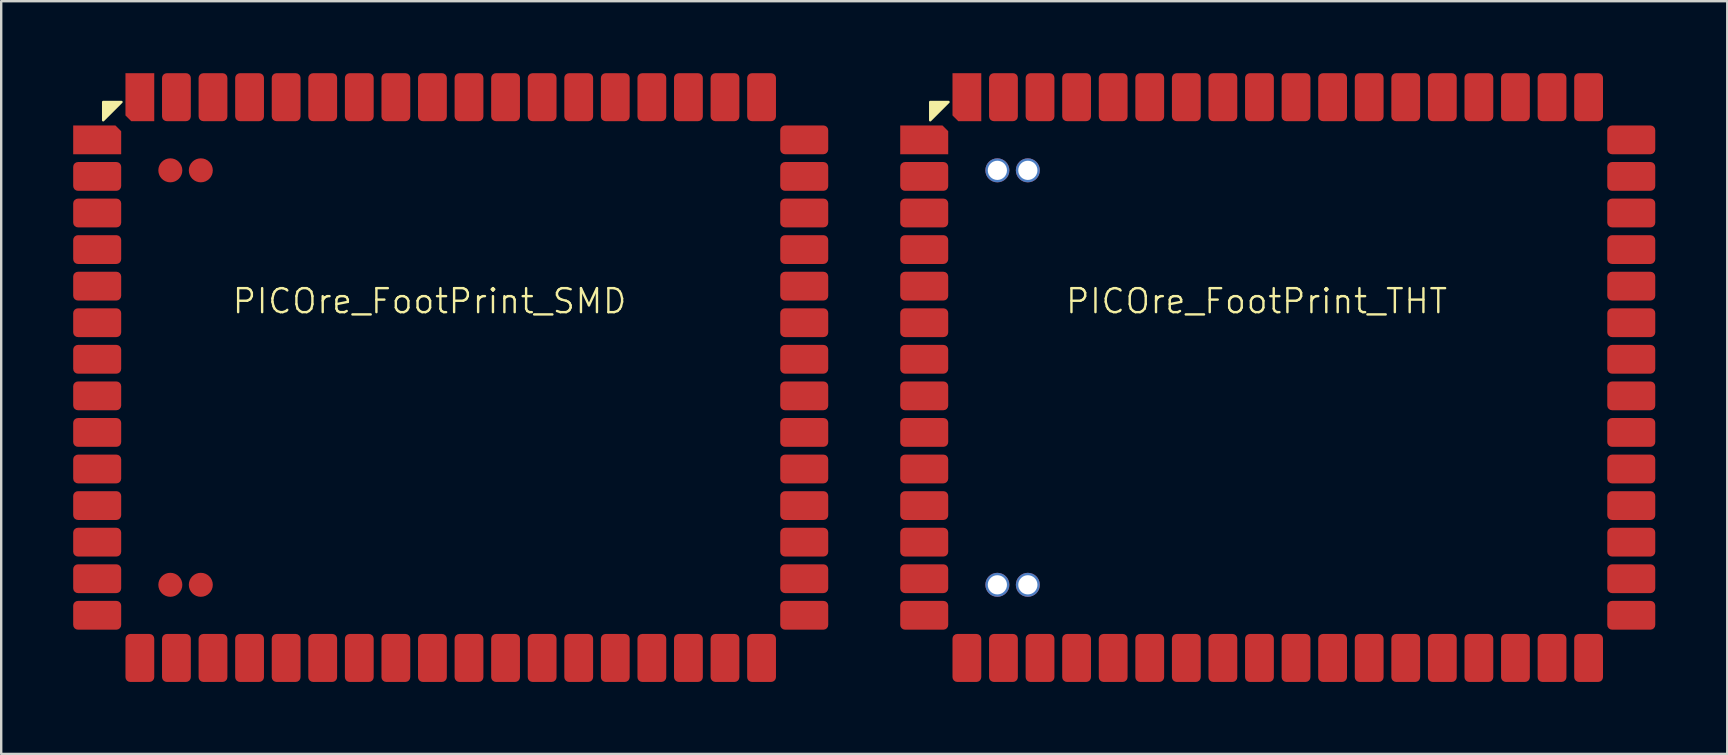
<source format=kicad_pcb>
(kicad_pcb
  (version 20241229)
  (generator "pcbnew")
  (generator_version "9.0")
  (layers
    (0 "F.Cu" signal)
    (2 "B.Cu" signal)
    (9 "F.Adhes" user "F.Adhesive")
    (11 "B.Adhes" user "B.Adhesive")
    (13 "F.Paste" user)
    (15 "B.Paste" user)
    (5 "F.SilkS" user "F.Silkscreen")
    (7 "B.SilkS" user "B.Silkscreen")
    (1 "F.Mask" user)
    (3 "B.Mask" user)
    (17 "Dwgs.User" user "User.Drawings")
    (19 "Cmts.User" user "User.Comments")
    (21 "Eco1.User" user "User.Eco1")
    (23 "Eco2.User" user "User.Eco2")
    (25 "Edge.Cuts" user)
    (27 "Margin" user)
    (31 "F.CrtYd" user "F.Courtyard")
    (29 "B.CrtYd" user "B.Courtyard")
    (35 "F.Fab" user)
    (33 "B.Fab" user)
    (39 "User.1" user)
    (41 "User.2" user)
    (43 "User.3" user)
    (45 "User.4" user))
  (footprint "PICOre_FootPrint_THT"
    (layer "F.Cu")
    (at 50.196 12.684)
    (property "Reference" "PICOre_FootPrint_THT" (at -0.882 -3.184 0) (unlocked yes) (layer "F.SilkS") (effects (font (size 1 1) (thickness 0.1))))
    (attr smd)
    (fp_poly (pts (xy -14.482 -11.484) (xy -13.72 -11.484) (xy -14.482 -10.722)) (stroke (width 0.1) (type solid)) (fill yes) (layer "F.SilkS"))
    (pad "1" smd roundrect (at -12.954 -11.684 180) (size 1.2 2) (layers "F.Cu" "F.Mask" "F.Paste") (roundrect_rratio 0) (chamfer_ratio 0.2) (chamfer top_right))
    (pad "2" smd roundrect (at -11.43 -11.684) (size 1.2 2) (layers "F.Cu" "F.Mask" "F.Paste") (roundrect_rratio 0.167))
    (pad "3" smd roundrect (at -9.906 -11.684) (size 1.2 2) (layers "F.Cu" "F.Mask" "F.Paste") (roundrect_rratio 0.167))
    (pad "4" smd roundrect (at -8.382 -11.684) (size 1.2 2) (layers "F.Cu" "F.Mask" "F.Paste") (roundrect_rratio 0.167))
    (pad "5" smd roundrect (at -6.858 -11.684) (size 1.2 2) (layers "F.Cu" "F.Mask" "F.Paste") (roundrect_rratio 0.167))
    (pad "6" smd roundrect (at -5.334 -11.684) (size 1.2 2) (layers "F.Cu" "F.Mask" "F.Paste") (roundrect_rratio 0.167))
    (pad "7" smd roundrect (at -3.81 -11.684) (size 1.2 2) (layers "F.Cu" "F.Mask" "F.Paste") (roundrect_rratio 0.167))
    (pad "8" smd roundrect (at -2.286 -11.684) (size 1.2 2) (layers "F.Cu" "F.Mask" "F.Paste") (roundrect_rratio 0.167))
    (pad "9" smd roundrect (at -0.762 -11.684) (size 1.2 2) (layers "F.Cu" "F.Mask" "F.Paste") (roundrect_rratio 0.167))
    (pad "10" smd roundrect (at 0.762 -11.684) (size 1.2 2) (layers "F.Cu" "F.Mask" "F.Paste") (roundrect_rratio 0.167))
    (pad "11" smd roundrect (at 2.286 -11.684) (size 1.2 2) (layers "F.Cu" "F.Mask" "F.Paste") (roundrect_rratio 0.167))
    (pad "12" smd roundrect (at 3.81 -11.684) (size 1.2 2) (layers "F.Cu" "F.Mask" "F.Paste") (roundrect_rratio 0.167))
    (pad "13" smd roundrect (at 5.334 -11.684) (size 1.2 2) (layers "F.Cu" "F.Mask" "F.Paste") (roundrect_rratio 0.167))
    (pad "14" smd roundrect (at 6.858 -11.684) (size 1.2 2) (layers "F.Cu" "F.Mask" "F.Paste") (roundrect_rratio 0.167))
    (pad "15" smd roundrect (at 8.382 -11.684) (size 1.2 2) (layers "F.Cu" "F.Mask" "F.Paste") (roundrect_rratio 0.167))
    (pad "16" smd roundrect (at 9.906 -11.684) (size 1.2 2) (layers "F.Cu" "F.Mask" "F.Paste") (roundrect_rratio 0.167))
    (pad "17" smd roundrect (at 11.43 -11.684) (size 1.2 2) (layers "F.Cu" "F.Mask" "F.Paste") (roundrect_rratio 0.167))
    (pad "18" smd roundrect (at 12.954 -11.684) (size 1.2 2) (layers "F.Cu" "F.Mask" "F.Paste") (roundrect_rratio 0.167))
    (pad "19" smd roundrect (at 14.732 -9.906 90) (size 1.2 2) (layers "F.Cu" "F.Mask" "F.Paste") (roundrect_rratio 0.167))
    (pad "20" smd roundrect (at 14.732 -8.382 90) (size 1.2 2) (layers "F.Cu" "F.Mask" "F.Paste") (roundrect_rratio 0.167))
    (pad "21" smd roundrect (at 14.732 -6.858 90) (size 1.2 2) (layers "F.Cu" "F.Mask" "F.Paste") (roundrect_rratio 0.167))
    (pad "22" smd roundrect (at 14.732 -5.334 90) (size 1.2 2) (layers "F.Cu" "F.Mask" "F.Paste") (roundrect_rratio 0.167))
    (pad "23" smd roundrect (at 14.732 -3.81 90) (size 1.2 2) (layers "F.Cu" "F.Mask" "F.Paste") (roundrect_rratio 0.167))
    (pad "24" smd roundrect (at 14.732 -2.286 90) (size 1.2 2) (layers "F.Cu" "F.Mask" "F.Paste") (roundrect_rratio 0.167))
    (pad "25" smd roundrect (at 14.732 -0.762 90) (size 1.2 2) (layers "F.Cu" "F.Mask" "F.Paste") (roundrect_rratio 0.167))
    (pad "26" smd roundrect (at 14.732 0.762 90) (size 1.2 2) (layers "F.Cu" "F.Mask" "F.Paste") (roundrect_rratio 0.167))
    (pad "27" smd roundrect (at 14.732 2.286 90) (size 1.2 2) (layers "F.Cu" "F.Mask" "F.Paste") (roundrect_rratio 0.167))
    (pad "28" smd roundrect (at 14.732 3.81 90) (size 1.2 2) (layers "F.Cu" "F.Mask" "F.Paste") (roundrect_rratio 0.167))
    (pad "29" smd roundrect (at 14.732 5.334 90) (size 1.2 2) (layers "F.Cu" "F.Mask" "F.Paste") (roundrect_rratio 0.167))
    (pad "30" smd roundrect (at 14.732 6.858 90) (size 1.2 2) (layers "F.Cu" "F.Mask" "F.Paste") (roundrect_rratio 0.167))
    (pad "31" smd roundrect (at 14.732 8.382 90) (size 1.2 2) (layers "F.Cu" "F.Mask" "F.Paste") (roundrect_rratio 0.167))
    (pad "32" smd roundrect (at 14.732 9.906 90) (size 1.2 2) (layers "F.Cu" "F.Mask" "F.Paste") (roundrect_rratio 0.167))
    (pad "33" smd roundrect (at 12.954 11.684 180) (size 1.2 2) (layers "F.Cu" "F.Mask" "F.Paste") (roundrect_rratio 0.167))
    (pad "34" smd roundrect (at 11.43 11.684 180) (size 1.2 2) (layers "F.Cu" "F.Mask" "F.Paste") (roundrect_rratio 0.167))
    (pad "35" smd roundrect (at 9.906 11.684 180) (size 1.2 2) (layers "F.Cu" "F.Mask" "F.Paste") (roundrect_rratio 0.167))
    (pad "36" smd roundrect (at 8.382 11.684 180) (size 1.2 2) (layers "F.Cu" "F.Mask" "F.Paste") (roundrect_rratio 0.167))
    (pad "37" smd roundrect (at 6.858 11.684 180) (size 1.2 2) (layers "F.Cu" "F.Mask" "F.Paste") (roundrect_rratio 0.167))
    (pad "38" smd roundrect (at 5.334 11.684 180) (size 1.2 2) (layers "F.Cu" "F.Mask" "F.Paste") (roundrect_rratio 0.167))
    (pad "39" smd roundrect (at 3.81 11.684 180) (size 1.2 2) (layers "F.Cu" "F.Mask" "F.Paste") (roundrect_rratio 0.167))
    (pad "40" smd roundrect (at 2.286 11.684 180) (size 1.2 2) (layers "F.Cu" "F.Mask" "F.Paste") (roundrect_rratio 0.167))
    (pad "41" smd roundrect (at 0.762 11.684 180) (size 1.2 2) (layers "F.Cu" "F.Mask" "F.Paste") (roundrect_rratio 0.167))
    (pad "42" smd roundrect (at -0.762 11.684 180) (size 1.2 2) (layers "F.Cu" "F.Mask" "F.Paste") (roundrect_rratio 0.167))
    (pad "43" smd roundrect (at -2.286 11.684 180) (size 1.2 2) (layers "F.Cu" "F.Mask" "F.Paste") (roundrect_rratio 0.167))
    (pad "44" smd roundrect (at -3.81 11.684 180) (size 1.2 2) (layers "F.Cu" "F.Mask" "F.Paste") (roundrect_rratio 0.167))
    (pad "45" smd roundrect (at -5.334 11.684 180) (size 1.2 2) (layers "F.Cu" "F.Mask" "F.Paste") (roundrect_rratio 0.167))
    (pad "46" smd roundrect (at -6.858 11.684 180) (size 1.2 2) (layers "F.Cu" "F.Mask" "F.Paste") (roundrect_rratio 0.167))
    (pad "47" smd roundrect (at -8.382 11.684 180) (size 1.2 2) (layers "F.Cu" "F.Mask" "F.Paste") (roundrect_rratio 0.167))
    (pad "48" smd roundrect (at -9.906 11.684 180) (size 1.2 2) (layers "F.Cu" "F.Mask" "F.Paste") (roundrect_rratio 0.167))
    (pad "49" smd roundrect (at -11.43 11.684 180) (size 1.2 2) (layers "F.Cu" "F.Mask" "F.Paste") (roundrect_rratio 0.167))
    (pad "50" smd roundrect (at -12.954 11.684) (size 1.2 2) (layers "F.Cu" "F.Mask" "F.Paste") (roundrect_rratio 0.167))
    (pad "51" smd roundrect (at -14.732 9.906 90) (size 1.2 2) (layers "F.Cu" "F.Mask" "F.Paste") (roundrect_rratio 0.167))
    (pad "52" smd roundrect (at -14.732 8.382 90) (size 1.2 2) (layers "F.Cu" "F.Mask" "F.Paste") (roundrect_rratio 0.167))
    (pad "53" smd roundrect (at -14.732 6.858 90) (size 1.2 2) (layers "F.Cu" "F.Mask" "F.Paste") (roundrect_rratio 0.167))
    (pad "54" smd roundrect (at -14.732 5.334 90) (size 1.2 2) (layers "F.Cu" "F.Mask" "F.Paste") (roundrect_rratio 0.167))
    (pad "55" smd roundrect (at -14.732 3.81 90) (size 1.2 2) (layers "F.Cu" "F.Mask" "F.Paste") (roundrect_rratio 0.167))
    (pad "56" smd roundrect (at -14.732 2.286 90) (size 1.2 2) (layers "F.Cu" "F.Mask" "F.Paste") (roundrect_rratio 0.167))
    (pad "57" smd roundrect (at -14.732 0.762 90) (size 1.2 2) (layers "F.Cu" "F.Mask" "F.Paste") (roundrect_rratio 0.167))
    (pad "58" smd roundrect (at -14.732 -0.762 90) (size 1.2 2) (layers "F.Cu" "F.Mask" "F.Paste") (roundrect_rratio 0.167))
    (pad "59" smd roundrect (at -14.732 -2.286 90) (size 1.2 2) (layers "F.Cu" "F.Mask" "F.Paste") (roundrect_rratio 0.167))
    (pad "60" smd roundrect (at -14.732 -3.81 90) (size 1.2 2) (layers "F.Cu" "F.Mask" "F.Paste") (roundrect_rratio 0.167))
    (pad "61" smd roundrect (at -14.732 -5.334 90) (size 1.2 2) (layers "F.Cu" "F.Mask" "F.Paste") (roundrect_rratio 0.167))
    (pad "62" smd roundrect (at -14.732 -6.858 90) (size 1.2 2) (layers "F.Cu" "F.Mask" "F.Paste") (roundrect_rratio 0.167))
    (pad "63" smd roundrect (at -14.732 -8.382 90) (size 1.2 2) (layers "F.Cu" "F.Mask" "F.Paste") (roundrect_rratio 0.167))
    (pad "64" smd roundrect (at -14.732 -9.906 270) (size 1.2 2) (layers "F.Cu" "F.Mask" "F.Paste") (roundrect_rratio 0) (chamfer_ratio 0.2) (chamfer top_left))
    (pad "65" thru_hole circle (at -11.684 -8.636 270) (size 1 1) (drill 0.8) (layers "*.Cu" "*.Mask"))
    (pad "66" thru_hole circle (at -10.414 -8.636 270) (size 1 1) (drill 0.8) (layers "*.Cu" "*.Mask"))
    (pad "67" thru_hole circle (at -11.684 8.636 270) (size 1 1) (drill 0.8) (layers "*.Cu" "*.Mask"))
    (pad "68" thru_hole circle (at -10.414 8.636 270) (size 1 1) (drill 0.8) (layers "*.Cu" "*.Mask")))
  (footprint "PICOre_FootPrint_SMD"
    (layer "F.Cu")
    (at 15.732 12.684)
    (property "Reference" "PICOre_FootPrint_SMD" (at -0.882 -3.184 0) (unlocked yes) (layer "F.SilkS") (effects (font (size 1 1) (thickness 0.1))))
    (attr smd)
    (fp_poly (pts (xy -14.482 -11.484) (xy -13.72 -11.484) (xy -14.482 -10.722)) (stroke (width 0.1) (type solid)) (fill yes) (layer "F.SilkS"))
    (pad "1" smd roundrect (at -12.954 -11.684 180) (size 1.2 2) (layers "F.Cu" "F.Mask" "F.Paste") (roundrect_rratio 0) (chamfer_ratio 0.2) (chamfer top_right))
    (pad "2" smd roundrect (at -11.43 -11.684) (size 1.2 2) (layers "F.Cu" "F.Mask" "F.Paste") (roundrect_rratio 0.167))
    (pad "3" smd roundrect (at -9.906 -11.684) (size 1.2 2) (layers "F.Cu" "F.Mask" "F.Paste") (roundrect_rratio 0.167))
    (pad "4" smd roundrect (at -8.382 -11.684) (size 1.2 2) (layers "F.Cu" "F.Mask" "F.Paste") (roundrect_rratio 0.167))
    (pad "5" smd roundrect (at -6.858 -11.684) (size 1.2 2) (layers "F.Cu" "F.Mask" "F.Paste") (roundrect_rratio 0.167))
    (pad "6" smd roundrect (at -5.334 -11.684) (size 1.2 2) (layers "F.Cu" "F.Mask" "F.Paste") (roundrect_rratio 0.167))
    (pad "7" smd roundrect (at -3.81 -11.684) (size 1.2 2) (layers "F.Cu" "F.Mask" "F.Paste") (roundrect_rratio 0.167))
    (pad "8" smd roundrect (at -2.286 -11.684) (size 1.2 2) (layers "F.Cu" "F.Mask" "F.Paste") (roundrect_rratio 0.167))
    (pad "9" smd roundrect (at -0.762 -11.684) (size 1.2 2) (layers "F.Cu" "F.Mask" "F.Paste") (roundrect_rratio 0.167))
    (pad "10" smd roundrect (at 0.762 -11.684) (size 1.2 2) (layers "F.Cu" "F.Mask" "F.Paste") (roundrect_rratio 0.167))
    (pad "11" smd roundrect (at 2.286 -11.684) (size 1.2 2) (layers "F.Cu" "F.Mask" "F.Paste") (roundrect_rratio 0.167))
    (pad "12" smd roundrect (at 3.81 -11.684) (size 1.2 2) (layers "F.Cu" "F.Mask" "F.Paste") (roundrect_rratio 0.167))
    (pad "13" smd roundrect (at 5.334 -11.684) (size 1.2 2) (layers "F.Cu" "F.Mask" "F.Paste") (roundrect_rratio 0.167))
    (pad "14" smd roundrect (at 6.858 -11.684) (size 1.2 2) (layers "F.Cu" "F.Mask" "F.Paste") (roundrect_rratio 0.167))
    (pad "15" smd roundrect (at 8.382 -11.684) (size 1.2 2) (layers "F.Cu" "F.Mask" "F.Paste") (roundrect_rratio 0.167))
    (pad "16" smd roundrect (at 9.906 -11.684) (size 1.2 2) (layers "F.Cu" "F.Mask" "F.Paste") (roundrect_rratio 0.167))
    (pad "17" smd roundrect (at 11.43 -11.684) (size 1.2 2) (layers "F.Cu" "F.Mask" "F.Paste") (roundrect_rratio 0.167))
    (pad "18" smd roundrect (at 12.954 -11.684) (size 1.2 2) (layers "F.Cu" "F.Mask" "F.Paste") (roundrect_rratio 0.167))
    (pad "19" smd roundrect (at 14.732 -9.906 90) (size 1.2 2) (layers "F.Cu" "F.Mask" "F.Paste") (roundrect_rratio 0.167))
    (pad "20" smd roundrect (at 14.732 -8.382 90) (size 1.2 2) (layers "F.Cu" "F.Mask" "F.Paste") (roundrect_rratio 0.167))
    (pad "21" smd roundrect (at 14.732 -6.858 90) (size 1.2 2) (layers "F.Cu" "F.Mask" "F.Paste") (roundrect_rratio 0.167))
    (pad "22" smd roundrect (at 14.732 -5.334 90) (size 1.2 2) (layers "F.Cu" "F.Mask" "F.Paste") (roundrect_rratio 0.167))
    (pad "23" smd roundrect (at 14.732 -3.81 90) (size 1.2 2) (layers "F.Cu" "F.Mask" "F.Paste") (roundrect_rratio 0.167))
    (pad "24" smd roundrect (at 14.732 -2.286 90) (size 1.2 2) (layers "F.Cu" "F.Mask" "F.Paste") (roundrect_rratio 0.167))
    (pad "25" smd roundrect (at 14.732 -0.762 90) (size 1.2 2) (layers "F.Cu" "F.Mask" "F.Paste") (roundrect_rratio 0.167))
    (pad "26" smd roundrect (at 14.732 0.762 90) (size 1.2 2) (layers "F.Cu" "F.Mask" "F.Paste") (roundrect_rratio 0.167))
    (pad "27" smd roundrect (at 14.732 2.286 90) (size 1.2 2) (layers "F.Cu" "F.Mask" "F.Paste") (roundrect_rratio 0.167))
    (pad "28" smd roundrect (at 14.732 3.81 90) (size 1.2 2) (layers "F.Cu" "F.Mask" "F.Paste") (roundrect_rratio 0.167))
    (pad "29" smd roundrect (at 14.732 5.334 90) (size 1.2 2) (layers "F.Cu" "F.Mask" "F.Paste") (roundrect_rratio 0.167))
    (pad "30" smd roundrect (at 14.732 6.858 90) (size 1.2 2) (layers "F.Cu" "F.Mask" "F.Paste") (roundrect_rratio 0.167))
    (pad "31" smd roundrect (at 14.732 8.382 90) (size 1.2 2) (layers "F.Cu" "F.Mask" "F.Paste") (roundrect_rratio 0.167))
    (pad "32" smd roundrect (at 14.732 9.906 90) (size 1.2 2) (layers "F.Cu" "F.Mask" "F.Paste") (roundrect_rratio 0.167))
    (pad "33" smd roundrect (at 12.954 11.684 180) (size 1.2 2) (layers "F.Cu" "F.Mask" "F.Paste") (roundrect_rratio 0.167))
    (pad "34" smd roundrect (at 11.43 11.684 180) (size 1.2 2) (layers "F.Cu" "F.Mask" "F.Paste") (roundrect_rratio 0.167))
    (pad "35" smd roundrect (at 9.906 11.684 180) (size 1.2 2) (layers "F.Cu" "F.Mask" "F.Paste") (roundrect_rratio 0.167))
    (pad "36" smd roundrect (at 8.382 11.684 180) (size 1.2 2) (layers "F.Cu" "F.Mask" "F.Paste") (roundrect_rratio 0.167))
    (pad "37" smd roundrect (at 6.858 11.684 180) (size 1.2 2) (layers "F.Cu" "F.Mask" "F.Paste") (roundrect_rratio 0.167))
    (pad "38" smd roundrect (at 5.334 11.684 180) (size 1.2 2) (layers "F.Cu" "F.Mask" "F.Paste") (roundrect_rratio 0.167))
    (pad "39" smd roundrect (at 3.81 11.684 180) (size 1.2 2) (layers "F.Cu" "F.Mask" "F.Paste") (roundrect_rratio 0.167))
    (pad "40" smd roundrect (at 2.286 11.684 180) (size 1.2 2) (layers "F.Cu" "F.Mask" "F.Paste") (roundrect_rratio 0.167))
    (pad "41" smd roundrect (at 0.762 11.684 180) (size 1.2 2) (layers "F.Cu" "F.Mask" "F.Paste") (roundrect_rratio 0.167))
    (pad "42" smd roundrect (at -0.762 11.684 180) (size 1.2 2) (layers "F.Cu" "F.Mask" "F.Paste") (roundrect_rratio 0.167))
    (pad "43" smd roundrect (at -2.286 11.684 180) (size 1.2 2) (layers "F.Cu" "F.Mask" "F.Paste") (roundrect_rratio 0.167))
    (pad "44" smd roundrect (at -3.81 11.684 180) (size 1.2 2) (layers "F.Cu" "F.Mask" "F.Paste") (roundrect_rratio 0.167))
    (pad "45" smd roundrect (at -5.334 11.684 180) (size 1.2 2) (layers "F.Cu" "F.Mask" "F.Paste") (roundrect_rratio 0.167))
    (pad "46" smd roundrect (at -6.858 11.684 180) (size 1.2 2) (layers "F.Cu" "F.Mask" "F.Paste") (roundrect_rratio 0.167))
    (pad "47" smd roundrect (at -8.382 11.684 180) (size 1.2 2) (layers "F.Cu" "F.Mask" "F.Paste") (roundrect_rratio 0.167))
    (pad "48" smd roundrect (at -9.906 11.684 180) (size 1.2 2) (layers "F.Cu" "F.Mask" "F.Paste") (roundrect_rratio 0.167))
    (pad "49" smd roundrect (at -11.43 11.684 180) (size 1.2 2) (layers "F.Cu" "F.Mask" "F.Paste") (roundrect_rratio 0.167))
    (pad "50" smd roundrect (at -12.954 11.684) (size 1.2 2) (layers "F.Cu" "F.Mask" "F.Paste") (roundrect_rratio 0.167))
    (pad "51" smd roundrect (at -14.732 9.906 90) (size 1.2 2) (layers "F.Cu" "F.Mask" "F.Paste") (roundrect_rratio 0.167))
    (pad "52" smd roundrect (at -14.732 8.382 90) (size 1.2 2) (layers "F.Cu" "F.Mask" "F.Paste") (roundrect_rratio 0.167))
    (pad "53" smd roundrect (at -14.732 6.858 90) (size 1.2 2) (layers "F.Cu" "F.Mask" "F.Paste") (roundrect_rratio 0.167))
    (pad "54" smd roundrect (at -14.732 5.334 90) (size 1.2 2) (layers "F.Cu" "F.Mask" "F.Paste") (roundrect_rratio 0.167))
    (pad "55" smd roundrect (at -14.732 3.81 90) (size 1.2 2) (layers "F.Cu" "F.Mask" "F.Paste") (roundrect_rratio 0.167))
    (pad "56" smd roundrect (at -14.732 2.286 90) (size 1.2 2) (layers "F.Cu" "F.Mask" "F.Paste") (roundrect_rratio 0.167))
    (pad "57" smd roundrect (at -14.732 0.762 90) (size 1.2 2) (layers "F.Cu" "F.Mask" "F.Paste") (roundrect_rratio 0.167))
    (pad "58" smd roundrect (at -14.732 -0.762 90) (size 1.2 2) (layers "F.Cu" "F.Mask" "F.Paste") (roundrect_rratio 0.167))
    (pad "59" smd roundrect (at -14.732 -2.286 90) (size 1.2 2) (layers "F.Cu" "F.Mask" "F.Paste") (roundrect_rratio 0.167))
    (pad "60" smd roundrect (at -14.732 -3.81 90) (size 1.2 2) (layers "F.Cu" "F.Mask" "F.Paste") (roundrect_rratio 0.167))
    (pad "61" smd roundrect (at -14.732 -5.334 90) (size 1.2 2) (layers "F.Cu" "F.Mask" "F.Paste") (roundrect_rratio 0.167))
    (pad "62" smd roundrect (at -14.732 -6.858 90) (size 1.2 2) (layers "F.Cu" "F.Mask" "F.Paste") (roundrect_rratio 0.167))
    (pad "63" smd roundrect (at -14.732 -8.382 90) (size 1.2 2) (layers "F.Cu" "F.Mask" "F.Paste") (roundrect_rratio 0.167))
    (pad "64" smd roundrect (at -14.732 -9.906 270) (size 1.2 2) (layers "F.Cu" "F.Mask" "F.Paste") (roundrect_rratio 0) (chamfer_ratio 0.2) (chamfer top_left))
    (pad "65" smd circle (at -11.684 -8.636 270) (size 1 1) (layers "F.Cu" "F.Mask" "F.Paste"))
    (pad "66" smd circle (at -10.414 -8.636 270) (size 1 1) (layers "F.Cu" "F.Mask" "F.Paste"))
    (pad "67" smd circle (at -11.684 8.636 270) (size 1 1) (layers "F.Cu" "F.Mask" "F.Paste"))
    (pad "68" smd circle (at -10.414 8.636 270) (size 1 1) (layers "F.Cu" "F.Mask" "F.Paste")))
  (gr_rect
    (start -3 -3)
    (end 68.928 28.368)
    (stroke (width 0.1) (type default))
    (fill no)
    (layer "Edge.Cuts")))
</source>
